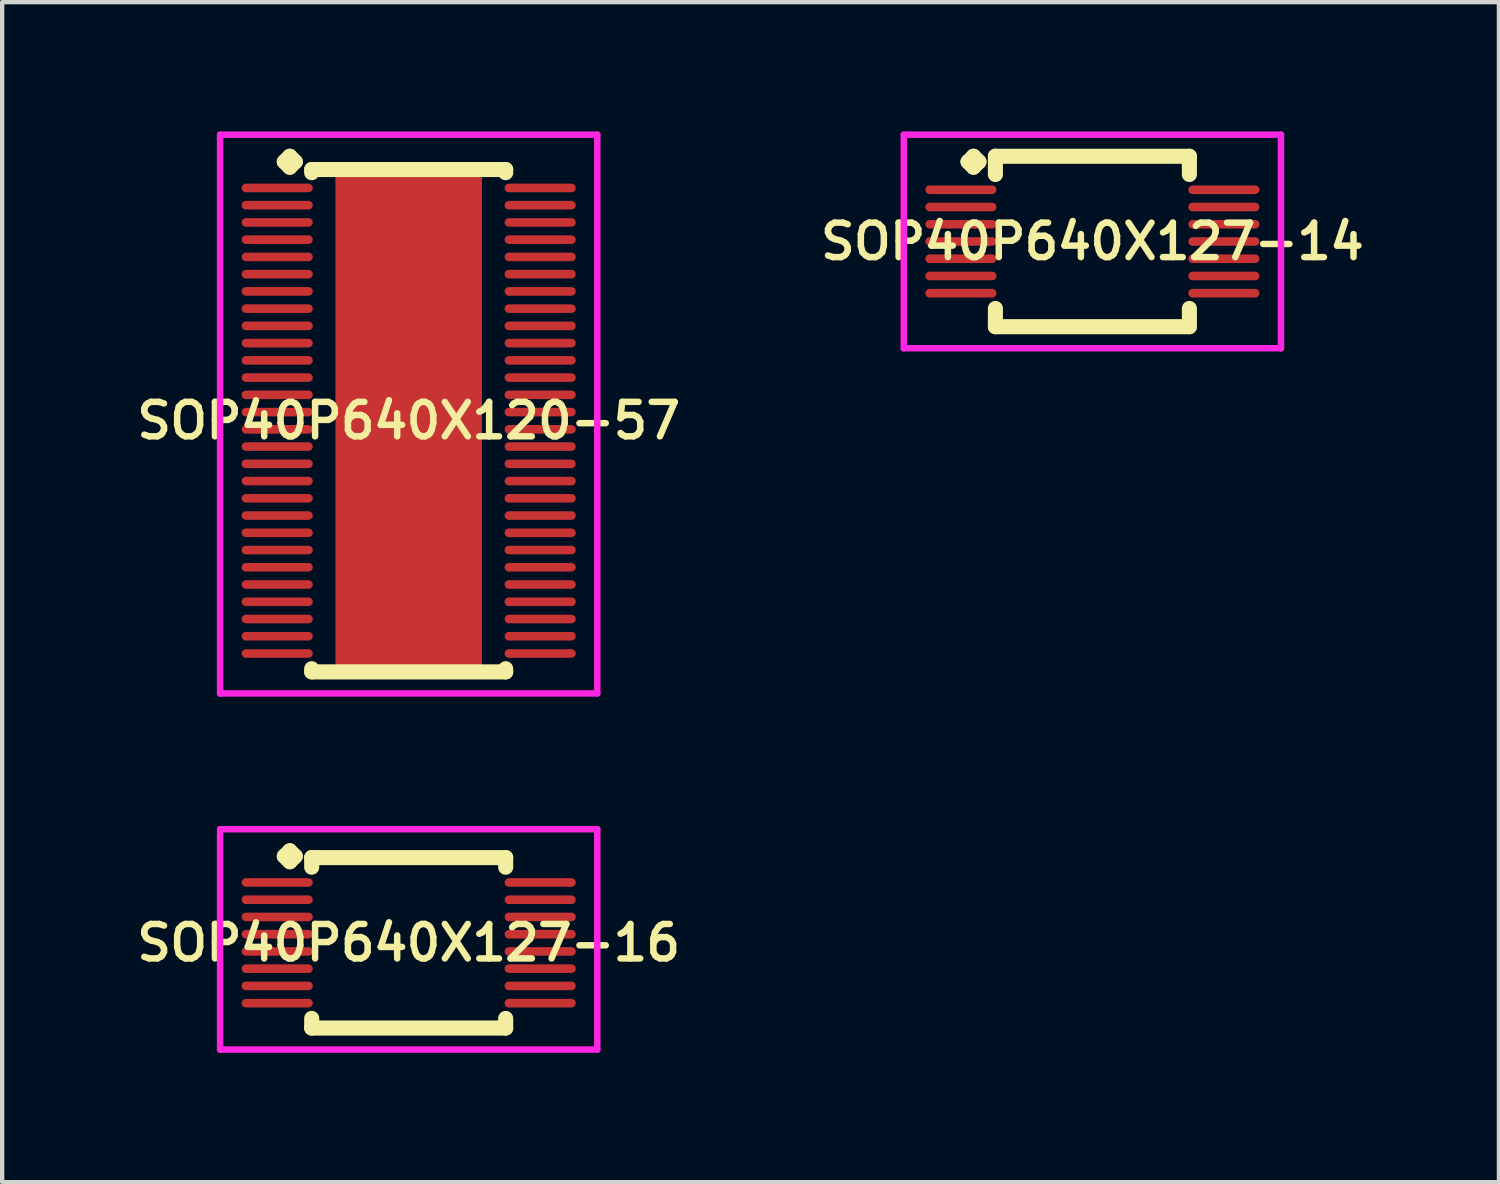
<source format=kicad_pcb>
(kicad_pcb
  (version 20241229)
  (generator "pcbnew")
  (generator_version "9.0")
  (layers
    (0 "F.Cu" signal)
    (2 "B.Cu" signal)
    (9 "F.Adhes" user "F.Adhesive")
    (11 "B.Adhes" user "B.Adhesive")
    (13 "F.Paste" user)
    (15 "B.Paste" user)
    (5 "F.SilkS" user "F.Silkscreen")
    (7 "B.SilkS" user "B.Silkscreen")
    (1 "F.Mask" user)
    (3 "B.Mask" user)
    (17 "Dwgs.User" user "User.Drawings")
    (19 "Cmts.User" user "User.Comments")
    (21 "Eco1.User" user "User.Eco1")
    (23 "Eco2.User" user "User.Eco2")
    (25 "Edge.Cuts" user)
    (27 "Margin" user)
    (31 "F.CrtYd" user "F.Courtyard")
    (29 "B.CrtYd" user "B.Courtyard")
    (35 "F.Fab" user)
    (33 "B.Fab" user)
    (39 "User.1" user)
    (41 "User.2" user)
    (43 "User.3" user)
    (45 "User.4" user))
  (footprint "SOP40P640X127-16"
    (layer "F.Cu")
    (at 6.431 18.822)
    (property "Reference" "SOP40P640X127-16" (at 0 0 0) (layer "F.SilkS") (effects (font (size 0.8 0.8) (thickness 0.15))))
    (attr smd)
    (fp_line (start -2.885 -2.008) (end -2.758 -2.135) (stroke (width 0.35) (type solid)) (layer "F.SilkS"))
    (fp_line (start -2.758 -2.135) (end -2.631 -2.008) (stroke (width 0.35) (type solid)) (layer "F.SilkS"))
    (fp_line (start -2.758 -1.881) (end -2.885 -2.008) (stroke (width 0.35) (type solid)) (layer "F.SilkS"))
    (fp_line (start -2.631 -2.008) (end -2.758 -1.881) (stroke (width 0.35) (type solid)) (layer "F.SilkS"))
    (fp_line (start -2.25 -1.977) (end 2.25 -1.977) (stroke (width 0.35) (type solid)) (layer "F.SilkS"))
    (fp_line (start -2.25 -1.754) (end -2.25 -1.977) (stroke (width 0.35) (type solid)) (layer "F.SilkS"))
    (fp_line (start -2.25 1.754) (end -2.25 1.977) (stroke (width 0.35) (type solid)) (layer "F.SilkS"))
    (fp_line (start -2.25 1.977) (end 2.25 1.977) (stroke (width 0.35) (type solid)) (layer "F.SilkS"))
    (fp_line (start 2.25 -1.977) (end 2.25 -1.754) (stroke (width 0.35) (type solid)) (layer "F.SilkS"))
    (fp_line (start 2.25 1.977) (end 2.25 1.754) (stroke (width 0.35) (type solid)) (layer "F.SilkS"))
    (fp_line (start -4.375 -2.635) (end 4.375 -2.635) (stroke (width 0.15) (type solid)) (layer "F.CrtYd"))
    (fp_line (start -4.375 2.477) (end -4.375 -2.635) (stroke (width 0.15) (type solid)) (layer "F.CrtYd"))
    (fp_line (start 4.375 -2.635) (end 4.375 2.477) (stroke (width 0.15) (type solid)) (layer "F.CrtYd"))
    (fp_line (start 4.375 2.477) (end -4.375 2.477) (stroke (width 0.15) (type solid)) (layer "F.CrtYd"))
    (pad "1" smd oval (at -3.05 -1.4) (size 1.65 0.2) (layers "F.Cu" "F.Mask" "F.Paste"))
    (pad "2" smd oval (at -3.05 -1) (size 1.65 0.2) (layers "F.Cu" "F.Mask" "F.Paste"))
    (pad "3" smd oval (at -3.05 -0.6) (size 1.65 0.2) (layers "F.Cu" "F.Mask" "F.Paste"))
    (pad "4" smd oval (at -3.05 -0.2) (size 1.65 0.2) (layers "F.Cu" "F.Mask" "F.Paste"))
    (pad "5" smd oval (at -3.05 0.2) (size 1.65 0.2) (layers "F.Cu" "F.Mask" "F.Paste"))
    (pad "6" smd oval (at -3.05 0.6) (size 1.65 0.2) (layers "F.Cu" "F.Mask" "F.Paste"))
    (pad "7" smd oval (at -3.05 1) (size 1.65 0.2) (layers "F.Cu" "F.Mask" "F.Paste"))
    (pad "8" smd oval (at -3.05 1.4) (size 1.65 0.2) (layers "F.Cu" "F.Mask" "F.Paste"))
    (pad "9" smd oval (at 3.05 1.4) (size 1.65 0.2) (layers "F.Cu" "F.Mask" "F.Paste"))
    (pad "10" smd oval (at 3.05 1) (size 1.65 0.2) (layers "F.Cu" "F.Mask" "F.Paste"))
    (pad "11" smd oval (at 3.05 0.6) (size 1.65 0.2) (layers "F.Cu" "F.Mask" "F.Paste"))
    (pad "12" smd oval (at 3.05 0.2) (size 1.65 0.2) (layers "F.Cu" "F.Mask" "F.Paste"))
    (pad "13" smd oval (at 3.05 -0.2) (size 1.65 0.2) (layers "F.Cu" "F.Mask" "F.Paste"))
    (pad "14" smd oval (at 3.05 -0.6) (size 1.65 0.2) (layers "F.Cu" "F.Mask" "F.Paste"))
    (pad "15" smd oval (at 3.05 -1) (size 1.65 0.2) (layers "F.Cu" "F.Mask" "F.Paste"))
    (pad "16" smd oval (at 3.05 -1.4) (size 1.65 0.2) (layers "F.Cu" "F.Mask" "F.Paste")))
  (footprint "SOP40P640X120-57"
    (layer "F.Cu")
    (at 6.431 6.71)
    (property "Reference" "SOP40P640X120-57" (at 0 0 0) (layer "F.SilkS") (effects (font (size 0.8 0.8) (thickness 0.15))))
    (attr through_hole)
    (fp_line (start -2.885 -6.008) (end -2.758 -6.135) (stroke (width 0.35) (type solid)) (layer "F.SilkS"))
    (fp_line (start -2.758 -6.135) (end -2.631 -6.008) (stroke (width 0.35) (type solid)) (layer "F.SilkS"))
    (fp_line (start -2.758 -5.881) (end -2.885 -6.008) (stroke (width 0.35) (type solid)) (layer "F.SilkS"))
    (fp_line (start -2.631 -6.008) (end -2.758 -5.881) (stroke (width 0.35) (type solid)) (layer "F.SilkS"))
    (fp_line (start -2.25 -5.827) (end 2.25 -5.827) (stroke (width 0.35) (type solid)) (layer "F.SilkS"))
    (fp_line (start -2.25 -5.754) (end -2.25 -5.827) (stroke (width 0.35) (type solid)) (layer "F.SilkS"))
    (fp_line (start -2.25 5.754) (end -2.25 5.827) (stroke (width 0.35) (type solid)) (layer "F.SilkS"))
    (fp_line (start -2.25 5.827) (end 2.25 5.827) (stroke (width 0.35) (type solid)) (layer "F.SilkS"))
    (fp_line (start 2.25 -5.827) (end 2.25 -5.754) (stroke (width 0.35) (type solid)) (layer "F.SilkS"))
    (fp_line (start 2.25 5.827) (end 2.25 5.754) (stroke (width 0.35) (type solid)) (layer "F.SilkS"))
    (fp_line (start -4.375 -6.635) (end 4.375 -6.635) (stroke (width 0.15) (type solid)) (layer "F.CrtYd"))
    (fp_line (start -4.375 6.327) (end -4.375 -6.635) (stroke (width 0.15) (type solid)) (layer "F.CrtYd"))
    (fp_line (start 4.375 -6.635) (end 4.375 6.327) (stroke (width 0.15) (type solid)) (layer "F.CrtYd"))
    (fp_line (start 4.375 6.327) (end -4.375 6.327) (stroke (width 0.15) (type solid)) (layer "F.CrtYd"))
    (pad "1" smd oval (at -3.05 -5.4) (size 1.65 0.2) (layers "F.Cu" "F.Mask" "F.Paste"))
    (pad "2" smd oval (at -3.05 -5) (size 1.65 0.2) (layers "F.Cu" "F.Mask" "F.Paste"))
    (pad "3" smd oval (at -3.05 -4.6) (size 1.65 0.2) (layers "F.Cu" "F.Mask" "F.Paste"))
    (pad "4" smd oval (at -3.05 -4.2) (size 1.65 0.2) (layers "F.Cu" "F.Mask" "F.Paste"))
    (pad "5" smd oval (at -3.05 -3.8) (size 1.65 0.2) (layers "F.Cu" "F.Mask" "F.Paste"))
    (pad "6" smd oval (at -3.05 -3.4) (size 1.65 0.2) (layers "F.Cu" "F.Mask" "F.Paste"))
    (pad "7" smd oval (at -3.05 -3) (size 1.65 0.2) (layers "F.Cu" "F.Mask" "F.Paste"))
    (pad "8" smd oval (at -3.05 -2.6) (size 1.65 0.2) (layers "F.Cu" "F.Mask" "F.Paste"))
    (pad "9" smd oval (at -3.05 -2.2) (size 1.65 0.2) (layers "F.Cu" "F.Mask" "F.Paste"))
    (pad "10" smd oval (at -3.05 -1.8) (size 1.65 0.2) (layers "F.Cu" "F.Mask" "F.Paste"))
    (pad "11" smd oval (at -3.05 -1.4) (size 1.65 0.2) (layers "F.Cu" "F.Mask" "F.Paste"))
    (pad "12" smd oval (at -3.05 -1) (size 1.65 0.2) (layers "F.Cu" "F.Mask" "F.Paste"))
    (pad "13" smd oval (at -3.05 -0.6) (size 1.65 0.2) (layers "F.Cu" "F.Mask" "F.Paste"))
    (pad "14" smd oval (at -3.05 -0.2) (size 1.65 0.2) (layers "F.Cu" "F.Mask" "F.Paste"))
    (pad "15" smd oval (at -3.05 0.2) (size 1.65 0.2) (layers "F.Cu" "F.Mask" "F.Paste"))
    (pad "16" smd oval (at -3.05 0.6) (size 1.65 0.2) (layers "F.Cu" "F.Mask" "F.Paste"))
    (pad "17" smd oval (at -3.05 1) (size 1.65 0.2) (layers "F.Cu" "F.Mask" "F.Paste"))
    (pad "18" smd oval (at -3.05 1.4) (size 1.65 0.2) (layers "F.Cu" "F.Mask" "F.Paste"))
    (pad "19" smd oval (at -3.05 1.8) (size 1.65 0.2) (layers "F.Cu" "F.Mask" "F.Paste"))
    (pad "20" smd oval (at -3.05 2.2) (size 1.65 0.2) (layers "F.Cu" "F.Mask" "F.Paste"))
    (pad "21" smd oval (at -3.05 2.6) (size 1.65 0.2) (layers "F.Cu" "F.Mask" "F.Paste"))
    (pad "22" smd oval (at -3.05 3) (size 1.65 0.2) (layers "F.Cu" "F.Mask" "F.Paste"))
    (pad "23" smd oval (at -3.05 3.4) (size 1.65 0.2) (layers "F.Cu" "F.Mask" "F.Paste"))
    (pad "24" smd oval (at -3.05 3.8) (size 1.65 0.2) (layers "F.Cu" "F.Mask" "F.Paste"))
    (pad "25" smd oval (at -3.05 4.2) (size 1.65 0.2) (layers "F.Cu" "F.Mask" "F.Paste"))
    (pad "26" smd oval (at -3.05 4.6) (size 1.65 0.2) (layers "F.Cu" "F.Mask" "F.Paste"))
    (pad "27" smd oval (at -3.05 5) (size 1.65 0.2) (layers "F.Cu" "F.Mask" "F.Paste"))
    (pad "28" smd oval (at -3.05 5.4) (size 1.65 0.2) (layers "F.Cu" "F.Mask" "F.Paste"))
    (pad "29" smd oval (at 3.05 5.4) (size 1.65 0.2) (layers "F.Cu" "F.Mask" "F.Paste"))
    (pad "30" smd oval (at 3.05 5) (size 1.65 0.2) (layers "F.Cu" "F.Mask" "F.Paste"))
    (pad "31" smd oval (at 3.05 4.6) (size 1.65 0.2) (layers "F.Cu" "F.Mask" "F.Paste"))
    (pad "32" smd oval (at 3.05 4.2) (size 1.65 0.2) (layers "F.Cu" "F.Mask" "F.Paste"))
    (pad "33" smd oval (at 3.05 3.8) (size 1.65 0.2) (layers "F.Cu" "F.Mask" "F.Paste"))
    (pad "34" smd oval (at 3.05 3.4) (size 1.65 0.2) (layers "F.Cu" "F.Mask" "F.Paste"))
    (pad "35" smd oval (at 3.05 3) (size 1.65 0.2) (layers "F.Cu" "F.Mask" "F.Paste"))
    (pad "36" smd oval (at 3.05 2.6) (size 1.65 0.2) (layers "F.Cu" "F.Mask" "F.Paste"))
    (pad "37" smd oval (at 3.05 2.2) (size 1.65 0.2) (layers "F.Cu" "F.Mask" "F.Paste"))
    (pad "38" smd oval (at 3.05 1.8) (size 1.65 0.2) (layers "F.Cu" "F.Mask" "F.Paste"))
    (pad "39" smd oval (at 3.05 1.4) (size 1.65 0.2) (layers "F.Cu" "F.Mask" "F.Paste"))
    (pad "40" smd oval (at 3.05 1) (size 1.65 0.2) (layers "F.Cu" "F.Mask" "F.Paste"))
    (pad "41" smd oval (at 3.05 0.6) (size 1.65 0.2) (layers "F.Cu" "F.Mask" "F.Paste"))
    (pad "42" smd oval (at 3.05 0.2) (size 1.65 0.2) (layers "F.Cu" "F.Mask" "F.Paste"))
    (pad "43" smd oval (at 3.05 -0.2) (size 1.65 0.2) (layers "F.Cu" "F.Mask" "F.Paste"))
    (pad "44" smd oval (at 3.05 -0.6) (size 1.65 0.2) (layers "F.Cu" "F.Mask" "F.Paste"))
    (pad "45" smd oval (at 3.05 -1) (size 1.65 0.2) (layers "F.Cu" "F.Mask" "F.Paste"))
    (pad "46" smd oval (at 3.05 -1.4) (size 1.65 0.2) (layers "F.Cu" "F.Mask" "F.Paste"))
    (pad "47" smd oval (at 3.05 -1.8) (size 1.65 0.2) (layers "F.Cu" "F.Mask" "F.Paste"))
    (pad "48" smd oval (at 3.05 -2.2) (size 1.65 0.2) (layers "F.Cu" "F.Mask" "F.Paste"))
    (pad "49" smd oval (at 3.05 -2.6) (size 1.65 0.2) (layers "F.Cu" "F.Mask" "F.Paste"))
    (pad "50" smd oval (at 3.05 -3) (size 1.65 0.2) (layers "F.Cu" "F.Mask" "F.Paste"))
    (pad "51" smd oval (at 3.05 -3.4) (size 1.65 0.2) (layers "F.Cu" "F.Mask" "F.Paste"))
    (pad "52" smd oval (at 3.05 -3.8) (size 1.65 0.2) (layers "F.Cu" "F.Mask" "F.Paste"))
    (pad "53" smd oval (at 3.05 -4.2) (size 1.65 0.2) (layers "F.Cu" "F.Mask" "F.Paste"))
    (pad "54" smd oval (at 3.05 -4.6) (size 1.65 0.2) (layers "F.Cu" "F.Mask" "F.Paste"))
    (pad "55" smd oval (at 3.05 -5) (size 1.65 0.2) (layers "F.Cu" "F.Mask" "F.Paste"))
    (pad "56" smd oval (at 3.05 -5.4) (size 1.65 0.2) (layers "F.Cu" "F.Mask" "F.Paste"))
    (pad "57" smd rect (at 0 0) (size 3.4 11.4) (layers "F.Cu" "F.Mask" "F.Paste")))
  (footprint "SOP40P640X127-14"
    (layer "F.Cu")
    (at 22.292 2.552)
    (property "Reference" "SOP40P640X127-14" (at 0 0 0) (layer "F.SilkS") (effects (font (size 0.8 0.8) (thickness 0.15))))
    (attr smd)
    (fp_line (start -2.885 -1.85) (end -2.758 -1.977) (stroke (width 0.35) (type solid)) (layer "F.SilkS"))
    (fp_line (start -2.758 -1.977) (end -2.631 -1.85) (stroke (width 0.35) (type solid)) (layer "F.SilkS"))
    (fp_line (start -2.758 -1.723) (end -2.885 -1.85) (stroke (width 0.35) (type solid)) (layer "F.SilkS"))
    (fp_line (start -2.631 -1.85) (end -2.758 -1.723) (stroke (width 0.35) (type solid)) (layer "F.SilkS"))
    (fp_line (start -2.25 -1.977) (end 2.25 -1.977) (stroke (width 0.35) (type solid)) (layer "F.SilkS"))
    (fp_line (start -2.25 -1.554) (end -2.25 -1.977) (stroke (width 0.35) (type solid)) (layer "F.SilkS"))
    (fp_line (start -2.25 1.554) (end -2.25 1.977) (stroke (width 0.35) (type solid)) (layer "F.SilkS"))
    (fp_line (start -2.25 1.977) (end 2.25 1.977) (stroke (width 0.35) (type solid)) (layer "F.SilkS"))
    (fp_line (start 2.25 -1.977) (end 2.25 -1.554) (stroke (width 0.35) (type solid)) (layer "F.SilkS"))
    (fp_line (start 2.25 1.977) (end 2.25 1.554) (stroke (width 0.35) (type solid)) (layer "F.SilkS"))
    (fp_line (start -4.375 -2.477) (end 4.375 -2.477) (stroke (width 0.15) (type solid)) (layer "F.CrtYd"))
    (fp_line (start -4.375 2.477) (end -4.375 -2.477) (stroke (width 0.15) (type solid)) (layer "F.CrtYd"))
    (fp_line (start 4.375 -2.477) (end 4.375 2.477) (stroke (width 0.15) (type solid)) (layer "F.CrtYd"))
    (fp_line (start 4.375 2.477) (end -4.375 2.477) (stroke (width 0.15) (type solid)) (layer "F.CrtYd"))
    (pad "1" smd oval (at -3.05 -1.2) (size 1.65 0.2) (layers "F.Cu" "F.Mask" "F.Paste"))
    (pad "2" smd oval (at -3.05 -0.8) (size 1.65 0.2) (layers "F.Cu" "F.Mask" "F.Paste"))
    (pad "3" smd oval (at -3.05 -0.4) (size 1.65 0.2) (layers "F.Cu" "F.Mask" "F.Paste"))
    (pad "4" smd oval (at -3.05 0) (size 1.65 0.2) (layers "F.Cu" "F.Mask" "F.Paste"))
    (pad "5" smd oval (at -3.05 0.4) (size 1.65 0.2) (layers "F.Cu" "F.Mask" "F.Paste"))
    (pad "6" smd oval (at -3.05 0.8) (size 1.65 0.2) (layers "F.Cu" "F.Mask" "F.Paste"))
    (pad "7" smd oval (at -3.05 1.2) (size 1.65 0.2) (layers "F.Cu" "F.Mask" "F.Paste"))
    (pad "8" smd oval (at 3.05 1.2) (size 1.65 0.2) (layers "F.Cu" "F.Mask" "F.Paste"))
    (pad "9" smd oval (at 3.05 0.8) (size 1.65 0.2) (layers "F.Cu" "F.Mask" "F.Paste"))
    (pad "10" smd oval (at 3.05 0.4) (size 1.65 0.2) (layers "F.Cu" "F.Mask" "F.Paste"))
    (pad "11" smd oval (at 3.05 0) (size 1.65 0.2) (layers "F.Cu" "F.Mask" "F.Paste"))
    (pad "12" smd oval (at 3.05 -0.4) (size 1.65 0.2) (layers "F.Cu" "F.Mask" "F.Paste"))
    (pad "13" smd oval (at 3.05 -0.8) (size 1.65 0.2) (layers "F.Cu" "F.Mask" "F.Paste"))
    (pad "14" smd oval (at 3.05 -1.2) (size 1.65 0.2) (layers "F.Cu" "F.Mask" "F.Paste")))
  (gr_rect
    (start -3 -3)
    (end 31.723 24.374)
    (stroke (width 0.1) (type default))
    (fill no)
    (layer "Edge.Cuts")))
</source>
